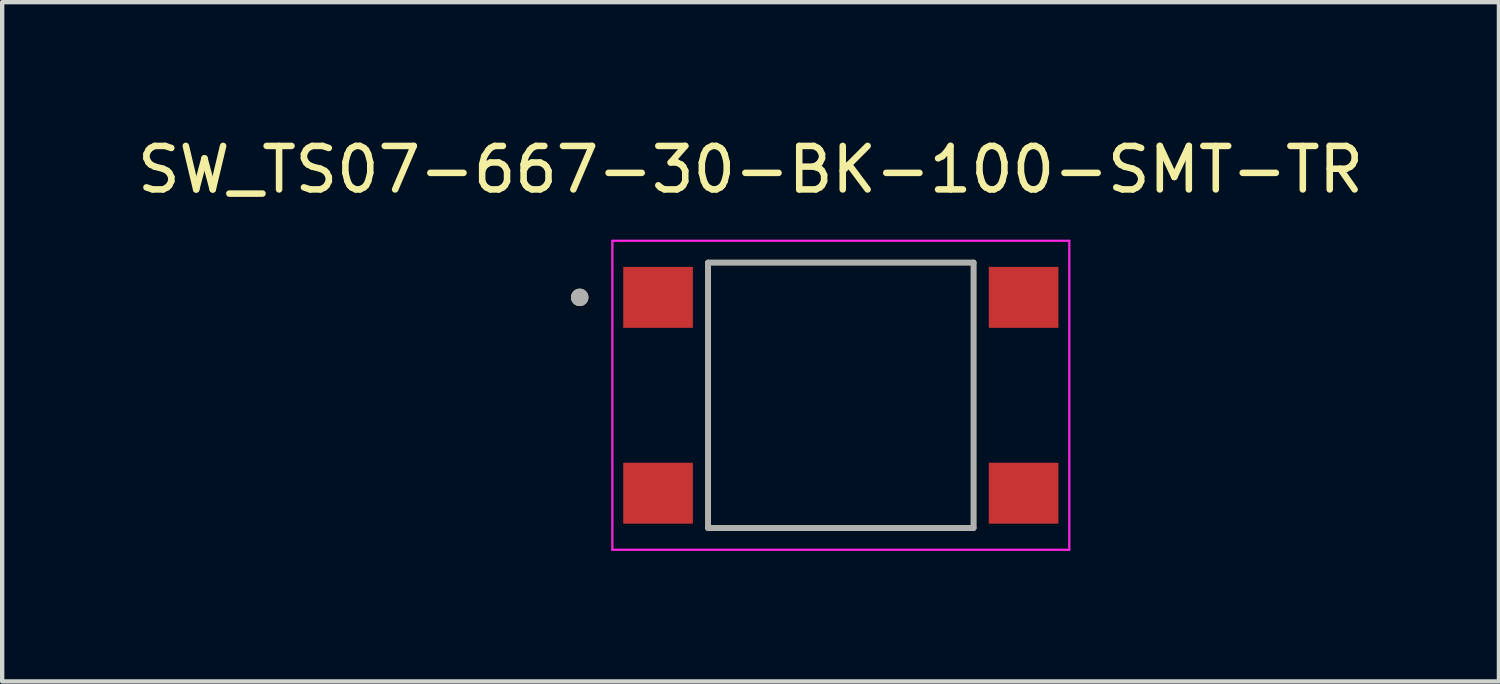
<source format=kicad_pcb>
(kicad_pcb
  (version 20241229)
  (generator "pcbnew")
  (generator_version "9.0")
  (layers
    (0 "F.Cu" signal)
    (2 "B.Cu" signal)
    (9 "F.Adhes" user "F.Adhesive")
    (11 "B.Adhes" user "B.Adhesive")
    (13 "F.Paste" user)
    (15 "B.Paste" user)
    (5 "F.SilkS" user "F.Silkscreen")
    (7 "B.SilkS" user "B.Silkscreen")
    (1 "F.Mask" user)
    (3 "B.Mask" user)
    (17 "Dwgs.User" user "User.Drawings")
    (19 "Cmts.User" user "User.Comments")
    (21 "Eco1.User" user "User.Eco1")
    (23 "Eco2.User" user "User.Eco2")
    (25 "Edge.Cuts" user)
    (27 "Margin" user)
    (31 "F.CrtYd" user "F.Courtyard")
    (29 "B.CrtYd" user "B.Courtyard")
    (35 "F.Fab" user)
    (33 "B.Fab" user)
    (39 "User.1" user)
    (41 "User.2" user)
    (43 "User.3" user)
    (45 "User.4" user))
  (footprint "SW_TS07-667-30-BK-100-SMT-TR"
    (layer "F.Cu")
    (at 16.271 6.033)
    (property "Reference" "SW_TS07-667-30-BK-100-SMT-TR" (at -2.075 -5.185 0) (layer "F.SilkS") (effects (font (size 1 1) (thickness 0.15))))
    (attr smd)
    (fp_line (start -3.05 -3.05) (end -3.05 3.05) (stroke (width 0.127) (type solid)) (layer "F.SilkS"))
    (fp_line (start -3.05 3.05) (end 3.05 3.05) (stroke (width 0.127) (type solid)) (layer "F.SilkS"))
    (fp_line (start 3.05 -3.05) (end -3.05 -3.05) (stroke (width 0.127) (type solid)) (layer "F.SilkS"))
    (fp_line (start 3.05 3.05) (end 3.05 -3.05) (stroke (width 0.127) (type solid)) (layer "F.SilkS"))
    (fp_circle (center -6 -2.25) (end -5.9 -2.25) (stroke (width 0.2) (type solid)) (fill no) (layer "F.SilkS"))
    (fp_line (start -5.25 -3.55) (end -5.25 3.55) (stroke (width 0.05) (type solid)) (layer "F.CrtYd"))
    (fp_line (start -5.25 3.55) (end 5.25 3.55) (stroke (width 0.05) (type solid)) (layer "F.CrtYd"))
    (fp_line (start 5.25 -3.55) (end -5.25 -3.55) (stroke (width 0.05) (type solid)) (layer "F.CrtYd"))
    (fp_line (start 5.25 3.55) (end 5.25 -3.55) (stroke (width 0.05) (type solid)) (layer "F.CrtYd"))
    (fp_line (start -3.05 -3.05) (end -3.05 3.05) (stroke (width 0.127) (type solid)) (layer "F.Fab"))
    (fp_line (start -3.05 3.05) (end 3.05 3.05) (stroke (width 0.127) (type solid)) (layer "F.Fab"))
    (fp_line (start 3.05 -3.05) (end -3.05 -3.05) (stroke (width 0.127) (type solid)) (layer "F.Fab"))
    (fp_line (start 3.05 3.05) (end 3.05 -3.05) (stroke (width 0.127) (type solid)) (layer "F.Fab"))
    (fp_circle (center -6 -2.25) (end -5.9 -2.25) (stroke (width 0.2) (type solid)) (fill no) (layer "F.Fab"))
    (pad "1" smd rect (at -4.2 -2.25) (size 1.6 1.4) (layers "F.Cu" "F.Mask" "F.Paste"))
    (pad "2" smd rect (at -4.2 2.25) (size 1.6 1.4) (layers "F.Cu" "F.Mask" "F.Paste"))
    (pad "3" smd rect (at 4.2 -2.25) (size 1.6 1.4) (layers "F.Cu" "F.Mask" "F.Paste"))
    (pad "4" smd rect (at 4.2 2.25) (size 1.6 1.4) (layers "F.Cu" "F.Mask" "F.Paste")))
  (gr_rect
    (start -3 -3)
    (end 31.393 12.608)
    (stroke (width 0.1) (type default))
    (fill no)
    (layer "Edge.Cuts")))
</source>
